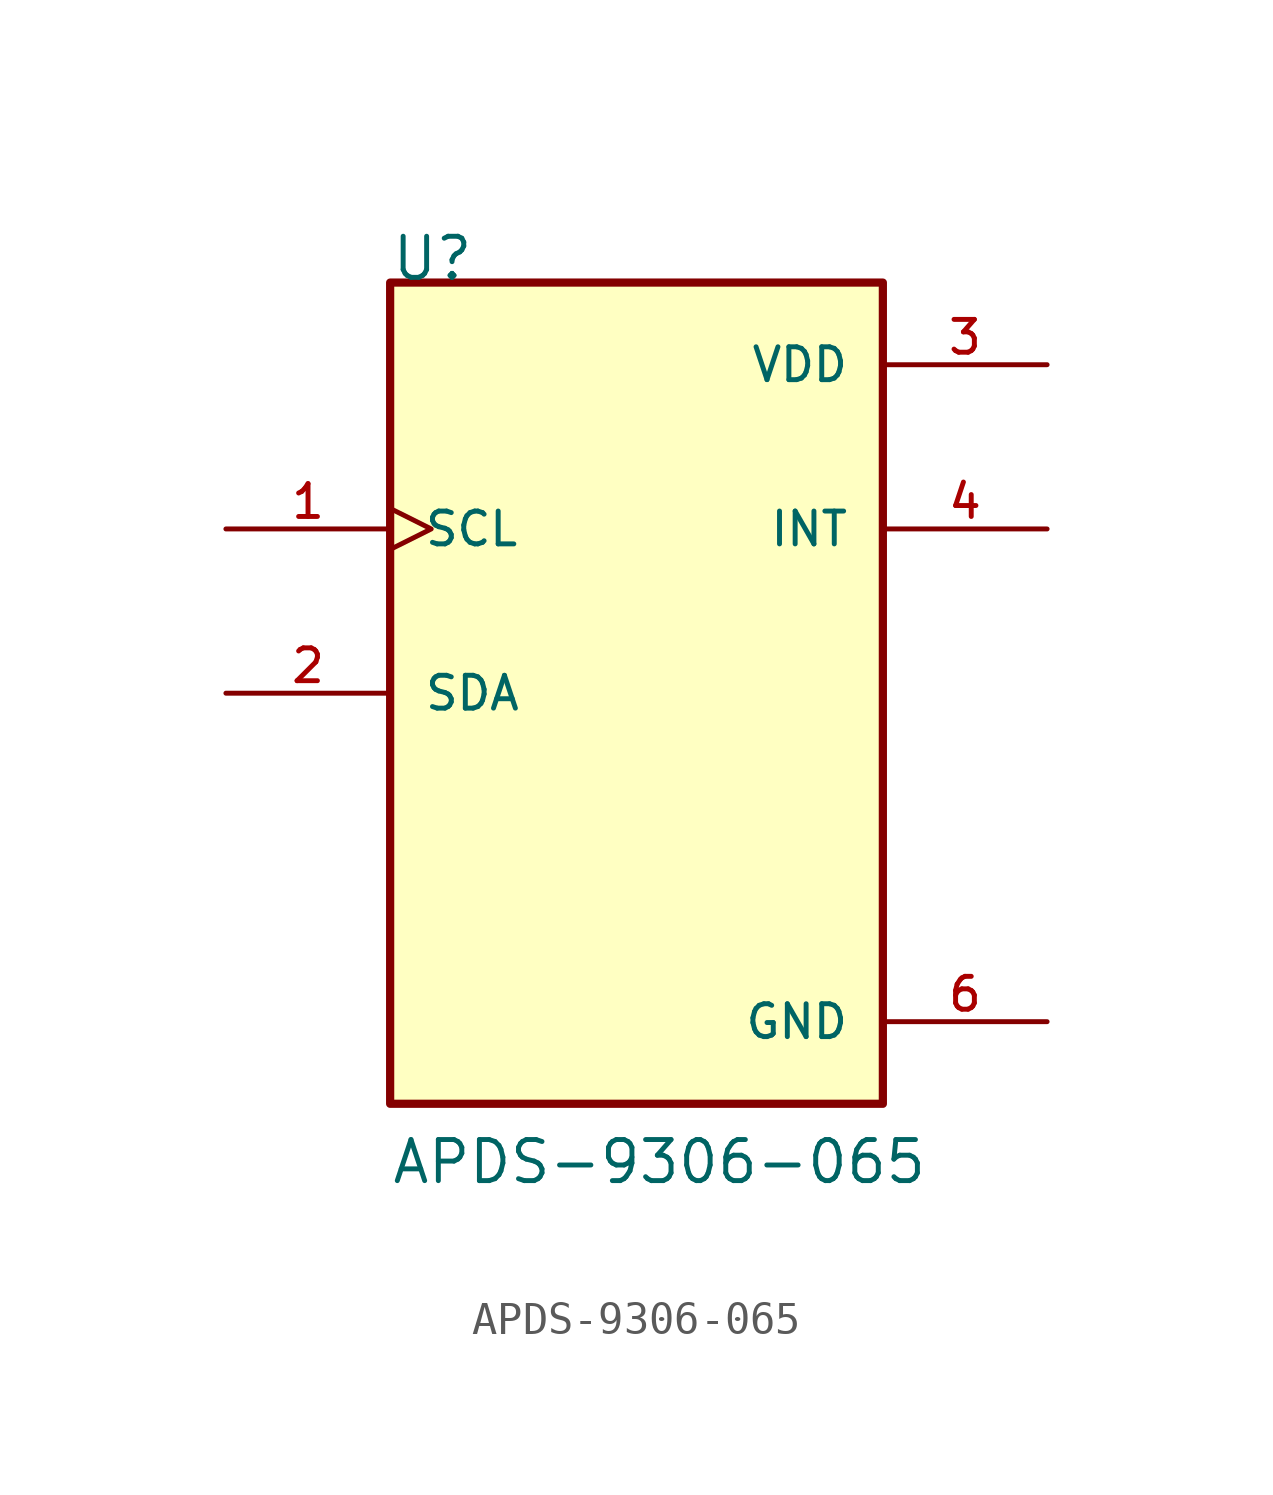
<source format=kicad_sym>
(kicad_symbol_lib
  (version 20211014)
  (generator kicad_symbol_editor)
  (symbol "APDS-9306-065"
    (pin_names
      (offset 1.016))
    (property "Reference" "U"
      (at -7.62 12.7 0)
      (effects (font (size 1.27 1.27)) (justify bottom left)))
    (property "Value" "APDS-9306-065"
      (at -7.62 -15.24 0)
      (effects (font (size 1.27 1.27)) (justify bottom left)))
    (symbol "APDS-9306-065_0_0"
      (rectangle (start -7.62 -12.7) (end 7.62 12.7) (stroke (width 0.254)) (fill (type background)))
      (pin input clock (at -12.7 5.08 0) (length 5.08) (name "SCL" (effects (font (size 1.016 1.016)))) (number "1" (effects (font (size 1.016 1.016)))))
      (pin bidirectional line (at -12.7 0.0 0) (length 5.08) (name "SDA" (effects (font (size 1.016 1.016)))) (number "2" (effects (font (size 1.016 1.016)))))
      (pin power_in line (at 12.7 10.16 180.0) (length 5.08) (name "VDD" (effects (font (size 1.016 1.016)))) (number "3" (effects (font (size 1.016 1.016)))))
      (pin output line (at 12.7 5.08 180.0) (length 5.08) (name "INT" (effects (font (size 1.016 1.016)))) (number "4" (effects (font (size 1.016 1.016)))))
      (pin power_in line (at 12.7 -10.16 180.0) (length 5.08) (name "GND" (effects (font (size 1.016 1.016)))) (number "6" (effects (font (size 1.016 1.016))))))))
</source>
